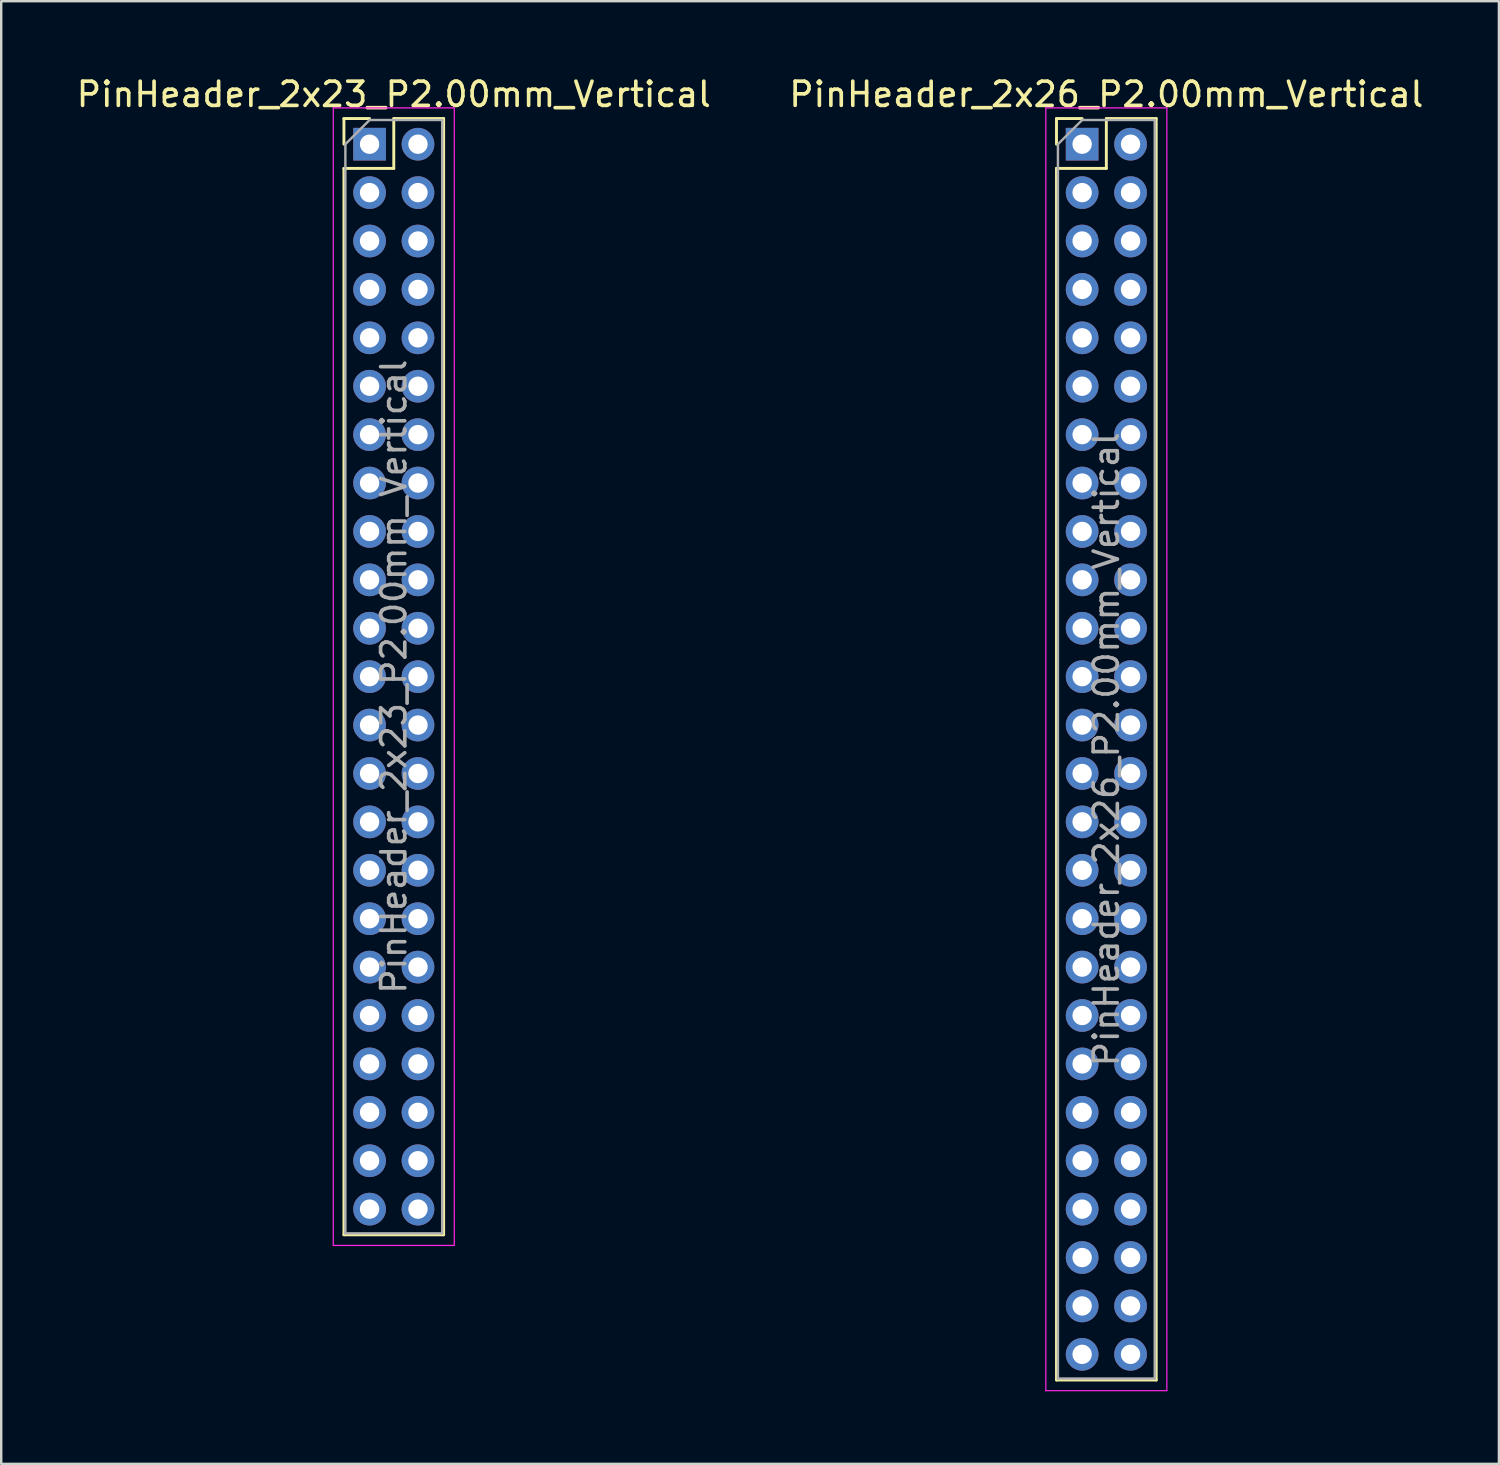
<source format=kicad_pcb>
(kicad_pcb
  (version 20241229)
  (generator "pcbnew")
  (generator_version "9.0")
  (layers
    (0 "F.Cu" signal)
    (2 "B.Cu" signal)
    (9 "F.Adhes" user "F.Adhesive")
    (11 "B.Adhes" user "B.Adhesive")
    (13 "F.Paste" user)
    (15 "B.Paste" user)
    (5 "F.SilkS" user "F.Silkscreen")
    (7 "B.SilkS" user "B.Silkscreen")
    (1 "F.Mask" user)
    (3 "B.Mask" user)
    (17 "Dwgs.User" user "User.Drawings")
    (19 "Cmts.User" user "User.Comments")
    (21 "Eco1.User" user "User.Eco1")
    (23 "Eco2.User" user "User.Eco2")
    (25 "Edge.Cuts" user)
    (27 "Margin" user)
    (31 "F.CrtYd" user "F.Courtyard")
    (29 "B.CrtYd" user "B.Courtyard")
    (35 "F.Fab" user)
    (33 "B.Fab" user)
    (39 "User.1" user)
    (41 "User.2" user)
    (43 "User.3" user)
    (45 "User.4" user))
  (footprint "PinHeader_2x23_P2.00mm_Vertical"
    (layer "F.Cu")
    (at 12.22 2.908)
    (property "Reference" "PinHeader_2x23_P2.00mm_Vertical" (at 1 -2.06 0) (layer "F.SilkS") (effects (font (size 1 1) (thickness 0.15))))
    (attr through_hole)
    (fp_line (start -1.06 -1.06) (end 0 -1.06) (stroke (width 0.12) (type solid)) (layer "F.SilkS"))
    (fp_line (start -1.06 0) (end -1.06 -1.06) (stroke (width 0.12) (type solid)) (layer "F.SilkS"))
    (fp_line (start -1.06 1) (end -1.06 45.06) (stroke (width 0.12) (type solid)) (layer "F.SilkS"))
    (fp_line (start -1.06 1) (end 1 1) (stroke (width 0.12) (type solid)) (layer "F.SilkS"))
    (fp_line (start -1.06 45.06) (end 3.06 45.06) (stroke (width 0.12) (type solid)) (layer "F.SilkS"))
    (fp_line (start 1 -1.06) (end 3.06 -1.06) (stroke (width 0.12) (type solid)) (layer "F.SilkS"))
    (fp_line (start 1 1) (end 1 -1.06) (stroke (width 0.12) (type solid)) (layer "F.SilkS"))
    (fp_line (start 3.06 -1.06) (end 3.06 45.06) (stroke (width 0.12) (type solid)) (layer "F.SilkS"))
    (fp_line (start -1.5 -1.5) (end -1.5 45.5) (stroke (width 0.05) (type solid)) (layer "F.CrtYd"))
    (fp_line (start -1.5 45.5) (end 3.5 45.5) (stroke (width 0.05) (type solid)) (layer "F.CrtYd"))
    (fp_line (start 3.5 -1.5) (end -1.5 -1.5) (stroke (width 0.05) (type solid)) (layer "F.CrtYd"))
    (fp_line (start 3.5 45.5) (end 3.5 -1.5) (stroke (width 0.05) (type solid)) (layer "F.CrtYd"))
    (fp_line (start -1 0) (end 0 -1) (stroke (width 0.1) (type solid)) (layer "F.Fab"))
    (fp_line (start -1 45) (end -1 0) (stroke (width 0.1) (type solid)) (layer "F.Fab"))
    (fp_line (start 0 -1) (end 3 -1) (stroke (width 0.1) (type solid)) (layer "F.Fab"))
    (fp_line (start 3 -1) (end 3 45) (stroke (width 0.1) (type solid)) (layer "F.Fab"))
    (fp_line (start 3 45) (end -1 45) (stroke (width 0.1) (type solid)) (layer "F.Fab"))
    (fp_text user "${REFERENCE}" (at 1 22 90) (layer "F.Fab") (effects (font (size 1 1) (thickness 0.15))))
    (pad "1" thru_hole rect (at 0 0) (size 1.35 1.35) (drill 0.8) (layers "*.Cu" "*.Mask"))
    (pad "2" thru_hole oval (at 2 0) (size 1.35 1.35) (drill 0.8) (layers "*.Cu" "*.Mask"))
    (pad "3" thru_hole oval (at 0 2) (size 1.35 1.35) (drill 0.8) (layers "*.Cu" "*.Mask"))
    (pad "4" thru_hole oval (at 2 2) (size 1.35 1.35) (drill 0.8) (layers "*.Cu" "*.Mask"))
    (pad "5" thru_hole oval (at 0 4) (size 1.35 1.35) (drill 0.8) (layers "*.Cu" "*.Mask"))
    (pad "6" thru_hole oval (at 2 4) (size 1.35 1.35) (drill 0.8) (layers "*.Cu" "*.Mask"))
    (pad "7" thru_hole oval (at 0 6) (size 1.35 1.35) (drill 0.8) (layers "*.Cu" "*.Mask"))
    (pad "8" thru_hole oval (at 2 6) (size 1.35 1.35) (drill 0.8) (layers "*.Cu" "*.Mask"))
    (pad "9" thru_hole oval (at 0 8) (size 1.35 1.35) (drill 0.8) (layers "*.Cu" "*.Mask"))
    (pad "10" thru_hole oval (at 2 8) (size 1.35 1.35) (drill 0.8) (layers "*.Cu" "*.Mask"))
    (pad "11" thru_hole oval (at 0 10) (size 1.35 1.35) (drill 0.8) (layers "*.Cu" "*.Mask"))
    (pad "12" thru_hole oval (at 2 10) (size 1.35 1.35) (drill 0.8) (layers "*.Cu" "*.Mask"))
    (pad "13" thru_hole oval (at 0 12) (size 1.35 1.35) (drill 0.8) (layers "*.Cu" "*.Mask"))
    (pad "14" thru_hole oval (at 2 12) (size 1.35 1.35) (drill 0.8) (layers "*.Cu" "*.Mask"))
    (pad "15" thru_hole oval (at 0 14) (size 1.35 1.35) (drill 0.8) (layers "*.Cu" "*.Mask"))
    (pad "16" thru_hole oval (at 2 14) (size 1.35 1.35) (drill 0.8) (layers "*.Cu" "*.Mask"))
    (pad "17" thru_hole oval (at 0 16) (size 1.35 1.35) (drill 0.8) (layers "*.Cu" "*.Mask"))
    (pad "18" thru_hole oval (at 2 16) (size 1.35 1.35) (drill 0.8) (layers "*.Cu" "*.Mask"))
    (pad "19" thru_hole oval (at 0 18) (size 1.35 1.35) (drill 0.8) (layers "*.Cu" "*.Mask"))
    (pad "20" thru_hole oval (at 2 18) (size 1.35 1.35) (drill 0.8) (layers "*.Cu" "*.Mask"))
    (pad "21" thru_hole oval (at 0 20) (size 1.35 1.35) (drill 0.8) (layers "*.Cu" "*.Mask"))
    (pad "22" thru_hole oval (at 2 20) (size 1.35 1.35) (drill 0.8) (layers "*.Cu" "*.Mask"))
    (pad "23" thru_hole oval (at 0 22) (size 1.35 1.35) (drill 0.8) (layers "*.Cu" "*.Mask"))
    (pad "24" thru_hole oval (at 2 22) (size 1.35 1.35) (drill 0.8) (layers "*.Cu" "*.Mask"))
    (pad "25" thru_hole oval (at 0 24) (size 1.35 1.35) (drill 0.8) (layers "*.Cu" "*.Mask"))
    (pad "26" thru_hole oval (at 2 24) (size 1.35 1.35) (drill 0.8) (layers "*.Cu" "*.Mask"))
    (pad "27" thru_hole oval (at 0 26) (size 1.35 1.35) (drill 0.8) (layers "*.Cu" "*.Mask"))
    (pad "28" thru_hole oval (at 2 26) (size 1.35 1.35) (drill 0.8) (layers "*.Cu" "*.Mask"))
    (pad "29" thru_hole oval (at 0 28) (size 1.35 1.35) (drill 0.8) (layers "*.Cu" "*.Mask"))
    (pad "30" thru_hole oval (at 2 28) (size 1.35 1.35) (drill 0.8) (layers "*.Cu" "*.Mask"))
    (pad "31" thru_hole oval (at 0 30) (size 1.35 1.35) (drill 0.8) (layers "*.Cu" "*.Mask"))
    (pad "32" thru_hole oval (at 2 30) (size 1.35 1.35) (drill 0.8) (layers "*.Cu" "*.Mask"))
    (pad "33" thru_hole oval (at 0 32) (size 1.35 1.35) (drill 0.8) (layers "*.Cu" "*.Mask"))
    (pad "34" thru_hole oval (at 2 32) (size 1.35 1.35) (drill 0.8) (layers "*.Cu" "*.Mask"))
    (pad "35" thru_hole oval (at 0 34) (size 1.35 1.35) (drill 0.8) (layers "*.Cu" "*.Mask"))
    (pad "36" thru_hole oval (at 2 34) (size 1.35 1.35) (drill 0.8) (layers "*.Cu" "*.Mask"))
    (pad "37" thru_hole oval (at 0 36) (size 1.35 1.35) (drill 0.8) (layers "*.Cu" "*.Mask"))
    (pad "38" thru_hole oval (at 2 36) (size 1.35 1.35) (drill 0.8) (layers "*.Cu" "*.Mask"))
    (pad "39" thru_hole oval (at 0 38) (size 1.35 1.35) (drill 0.8) (layers "*.Cu" "*.Mask"))
    (pad "40" thru_hole oval (at 2 38) (size 1.35 1.35) (drill 0.8) (layers "*.Cu" "*.Mask"))
    (pad "41" thru_hole oval (at 0 40) (size 1.35 1.35) (drill 0.8) (layers "*.Cu" "*.Mask"))
    (pad "42" thru_hole oval (at 2 40) (size 1.35 1.35) (drill 0.8) (layers "*.Cu" "*.Mask"))
    (pad "43" thru_hole oval (at 0 42) (size 1.35 1.35) (drill 0.8) (layers "*.Cu" "*.Mask"))
    (pad "44" thru_hole oval (at 2 42) (size 1.35 1.35) (drill 0.8) (layers "*.Cu" "*.Mask"))
    (pad "45" thru_hole oval (at 0 44) (size 1.35 1.35) (drill 0.8) (layers "*.Cu" "*.Mask"))
    (pad "46" thru_hole oval (at 2 44) (size 1.35 1.35) (drill 0.8) (layers "*.Cu" "*.Mask")))
  (footprint "PinHeader_2x26_P2.00mm_Vertical"
    (layer "F.Cu")
    (at 41.661 2.908)
    (property "Reference" "PinHeader_2x26_P2.00mm_Vertical" (at 1 -2.06 0) (layer "F.SilkS") (effects (font (size 1 1) (thickness 0.15))))
    (attr through_hole)
    (fp_line (start -1.06 -1.06) (end 0 -1.06) (stroke (width 0.12) (type solid)) (layer "F.SilkS"))
    (fp_line (start -1.06 0) (end -1.06 -1.06) (stroke (width 0.12) (type solid)) (layer "F.SilkS"))
    (fp_line (start -1.06 1) (end -1.06 51.06) (stroke (width 0.12) (type solid)) (layer "F.SilkS"))
    (fp_line (start -1.06 1) (end 1 1) (stroke (width 0.12) (type solid)) (layer "F.SilkS"))
    (fp_line (start -1.06 51.06) (end 3.06 51.06) (stroke (width 0.12) (type solid)) (layer "F.SilkS"))
    (fp_line (start 1 -1.06) (end 3.06 -1.06) (stroke (width 0.12) (type solid)) (layer "F.SilkS"))
    (fp_line (start 1 1) (end 1 -1.06) (stroke (width 0.12) (type solid)) (layer "F.SilkS"))
    (fp_line (start 3.06 -1.06) (end 3.06 51.06) (stroke (width 0.12) (type solid)) (layer "F.SilkS"))
    (fp_line (start -1.5 -1.5) (end -1.5 51.5) (stroke (width 0.05) (type solid)) (layer "F.CrtYd"))
    (fp_line (start -1.5 51.5) (end 3.5 51.5) (stroke (width 0.05) (type solid)) (layer "F.CrtYd"))
    (fp_line (start 3.5 -1.5) (end -1.5 -1.5) (stroke (width 0.05) (type solid)) (layer "F.CrtYd"))
    (fp_line (start 3.5 51.5) (end 3.5 -1.5) (stroke (width 0.05) (type solid)) (layer "F.CrtYd"))
    (fp_line (start -1 0) (end 0 -1) (stroke (width 0.1) (type solid)) (layer "F.Fab"))
    (fp_line (start -1 51) (end -1 0) (stroke (width 0.1) (type solid)) (layer "F.Fab"))
    (fp_line (start 0 -1) (end 3 -1) (stroke (width 0.1) (type solid)) (layer "F.Fab"))
    (fp_line (start 3 -1) (end 3 51) (stroke (width 0.1) (type solid)) (layer "F.Fab"))
    (fp_line (start 3 51) (end -1 51) (stroke (width 0.1) (type solid)) (layer "F.Fab"))
    (fp_text user "${REFERENCE}" (at 1 25 90) (layer "F.Fab") (effects (font (size 1 1) (thickness 0.15))))
    (pad "1" thru_hole rect (at 0 0) (size 1.35 1.35) (drill 0.8) (layers "*.Cu" "*.Mask"))
    (pad "2" thru_hole oval (at 2 0) (size 1.35 1.35) (drill 0.8) (layers "*.Cu" "*.Mask"))
    (pad "3" thru_hole oval (at 0 2) (size 1.35 1.35) (drill 0.8) (layers "*.Cu" "*.Mask"))
    (pad "4" thru_hole oval (at 2 2) (size 1.35 1.35) (drill 0.8) (layers "*.Cu" "*.Mask"))
    (pad "5" thru_hole oval (at 0 4) (size 1.35 1.35) (drill 0.8) (layers "*.Cu" "*.Mask"))
    (pad "6" thru_hole oval (at 2 4) (size 1.35 1.35) (drill 0.8) (layers "*.Cu" "*.Mask"))
    (pad "7" thru_hole oval (at 0 6) (size 1.35 1.35) (drill 0.8) (layers "*.Cu" "*.Mask"))
    (pad "8" thru_hole oval (at 2 6) (size 1.35 1.35) (drill 0.8) (layers "*.Cu" "*.Mask"))
    (pad "9" thru_hole oval (at 0 8) (size 1.35 1.35) (drill 0.8) (layers "*.Cu" "*.Mask"))
    (pad "10" thru_hole oval (at 2 8) (size 1.35 1.35) (drill 0.8) (layers "*.Cu" "*.Mask"))
    (pad "11" thru_hole oval (at 0 10) (size 1.35 1.35) (drill 0.8) (layers "*.Cu" "*.Mask"))
    (pad "12" thru_hole oval (at 2 10) (size 1.35 1.35) (drill 0.8) (layers "*.Cu" "*.Mask"))
    (pad "13" thru_hole oval (at 0 12) (size 1.35 1.35) (drill 0.8) (layers "*.Cu" "*.Mask"))
    (pad "14" thru_hole oval (at 2 12) (size 1.35 1.35) (drill 0.8) (layers "*.Cu" "*.Mask"))
    (pad "15" thru_hole oval (at 0 14) (size 1.35 1.35) (drill 0.8) (layers "*.Cu" "*.Mask"))
    (pad "16" thru_hole oval (at 2 14) (size 1.35 1.35) (drill 0.8) (layers "*.Cu" "*.Mask"))
    (pad "17" thru_hole oval (at 0 16) (size 1.35 1.35) (drill 0.8) (layers "*.Cu" "*.Mask"))
    (pad "18" thru_hole oval (at 2 16) (size 1.35 1.35) (drill 0.8) (layers "*.Cu" "*.Mask"))
    (pad "19" thru_hole oval (at 0 18) (size 1.35 1.35) (drill 0.8) (layers "*.Cu" "*.Mask"))
    (pad "20" thru_hole oval (at 2 18) (size 1.35 1.35) (drill 0.8) (layers "*.Cu" "*.Mask"))
    (pad "21" thru_hole oval (at 0 20) (size 1.35 1.35) (drill 0.8) (layers "*.Cu" "*.Mask"))
    (pad "22" thru_hole oval (at 2 20) (size 1.35 1.35) (drill 0.8) (layers "*.Cu" "*.Mask"))
    (pad "23" thru_hole oval (at 0 22) (size 1.35 1.35) (drill 0.8) (layers "*.Cu" "*.Mask"))
    (pad "24" thru_hole oval (at 2 22) (size 1.35 1.35) (drill 0.8) (layers "*.Cu" "*.Mask"))
    (pad "25" thru_hole oval (at 0 24) (size 1.35 1.35) (drill 0.8) (layers "*.Cu" "*.Mask"))
    (pad "26" thru_hole oval (at 2 24) (size 1.35 1.35) (drill 0.8) (layers "*.Cu" "*.Mask"))
    (pad "27" thru_hole oval (at 0 26) (size 1.35 1.35) (drill 0.8) (layers "*.Cu" "*.Mask"))
    (pad "28" thru_hole oval (at 2 26) (size 1.35 1.35) (drill 0.8) (layers "*.Cu" "*.Mask"))
    (pad "29" thru_hole oval (at 0 28) (size 1.35 1.35) (drill 0.8) (layers "*.Cu" "*.Mask"))
    (pad "30" thru_hole oval (at 2 28) (size 1.35 1.35) (drill 0.8) (layers "*.Cu" "*.Mask"))
    (pad "31" thru_hole oval (at 0 30) (size 1.35 1.35) (drill 0.8) (layers "*.Cu" "*.Mask"))
    (pad "32" thru_hole oval (at 2 30) (size 1.35 1.35) (drill 0.8) (layers "*.Cu" "*.Mask"))
    (pad "33" thru_hole oval (at 0 32) (size 1.35 1.35) (drill 0.8) (layers "*.Cu" "*.Mask"))
    (pad "34" thru_hole oval (at 2 32) (size 1.35 1.35) (drill 0.8) (layers "*.Cu" "*.Mask"))
    (pad "35" thru_hole oval (at 0 34) (size 1.35 1.35) (drill 0.8) (layers "*.Cu" "*.Mask"))
    (pad "36" thru_hole oval (at 2 34) (size 1.35 1.35) (drill 0.8) (layers "*.Cu" "*.Mask"))
    (pad "37" thru_hole oval (at 0 36) (size 1.35 1.35) (drill 0.8) (layers "*.Cu" "*.Mask"))
    (pad "38" thru_hole oval (at 2 36) (size 1.35 1.35) (drill 0.8) (layers "*.Cu" "*.Mask"))
    (pad "39" thru_hole oval (at 0 38) (size 1.35 1.35) (drill 0.8) (layers "*.Cu" "*.Mask"))
    (pad "40" thru_hole oval (at 2 38) (size 1.35 1.35) (drill 0.8) (layers "*.Cu" "*.Mask"))
    (pad "41" thru_hole oval (at 0 40) (size 1.35 1.35) (drill 0.8) (layers "*.Cu" "*.Mask"))
    (pad "42" thru_hole oval (at 2 40) (size 1.35 1.35) (drill 0.8) (layers "*.Cu" "*.Mask"))
    (pad "43" thru_hole oval (at 0 42) (size 1.35 1.35) (drill 0.8) (layers "*.Cu" "*.Mask"))
    (pad "44" thru_hole oval (at 2 42) (size 1.35 1.35) (drill 0.8) (layers "*.Cu" "*.Mask"))
    (pad "45" thru_hole oval (at 0 44) (size 1.35 1.35) (drill 0.8) (layers "*.Cu" "*.Mask"))
    (pad "46" thru_hole oval (at 2 44) (size 1.35 1.35) (drill 0.8) (layers "*.Cu" "*.Mask"))
    (pad "47" thru_hole oval (at 0 46) (size 1.35 1.35) (drill 0.8) (layers "*.Cu" "*.Mask"))
    (pad "48" thru_hole oval (at 2 46) (size 1.35 1.35) (drill 0.8) (layers "*.Cu" "*.Mask"))
    (pad "49" thru_hole oval (at 0 48) (size 1.35 1.35) (drill 0.8) (layers "*.Cu" "*.Mask"))
    (pad "50" thru_hole oval (at 2 48) (size 1.35 1.35) (drill 0.8) (layers "*.Cu" "*.Mask"))
    (pad "51" thru_hole oval (at 0 50) (size 1.35 1.35) (drill 0.8) (layers "*.Cu" "*.Mask"))
    (pad "52" thru_hole oval (at 2 50) (size 1.35 1.35) (drill 0.8) (layers "*.Cu" "*.Mask")))
  (gr_rect
    (start -3 -3)
    (end 58.881 57.433)
    (stroke (width 0.1) (type default))
    (fill no)
    (layer "Edge.Cuts")))
</source>
